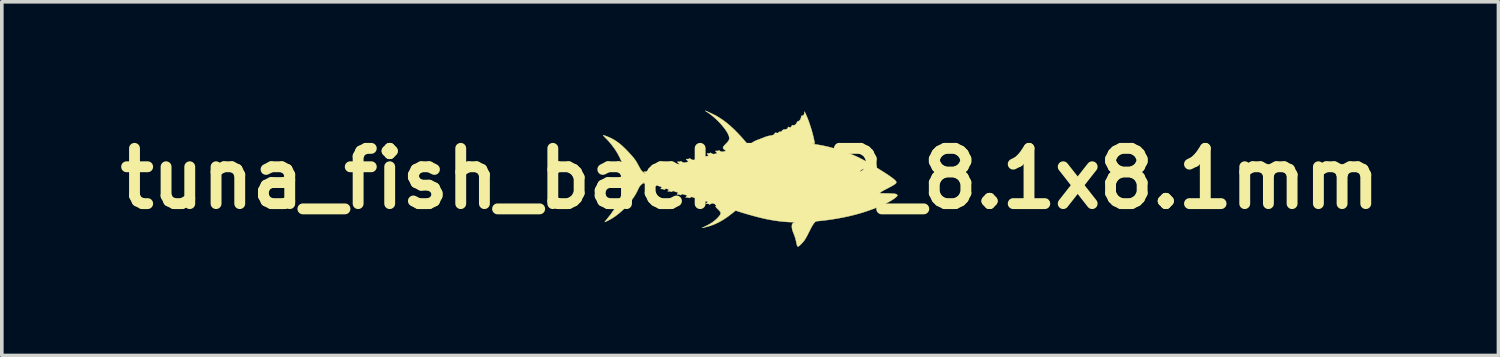
<source format=kicad_pcb>
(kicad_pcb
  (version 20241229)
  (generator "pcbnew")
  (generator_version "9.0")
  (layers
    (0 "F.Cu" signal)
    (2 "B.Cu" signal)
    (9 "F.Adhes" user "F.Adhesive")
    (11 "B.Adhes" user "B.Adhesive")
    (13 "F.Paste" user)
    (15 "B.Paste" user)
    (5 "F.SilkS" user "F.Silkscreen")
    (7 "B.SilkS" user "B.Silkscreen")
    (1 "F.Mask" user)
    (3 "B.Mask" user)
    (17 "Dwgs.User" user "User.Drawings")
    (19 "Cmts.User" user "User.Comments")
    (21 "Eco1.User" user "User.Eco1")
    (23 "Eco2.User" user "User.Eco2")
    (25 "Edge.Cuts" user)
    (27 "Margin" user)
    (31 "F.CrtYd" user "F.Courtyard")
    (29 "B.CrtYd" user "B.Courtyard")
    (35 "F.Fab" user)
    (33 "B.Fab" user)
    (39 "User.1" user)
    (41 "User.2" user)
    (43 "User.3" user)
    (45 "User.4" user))
  (footprint "tuna_fish_back3_R_8.1x8.1mm"
    (layer "F.Cu")
    (at 17.642 1.877)
    (property "Reference" "tuna_fish_back3_R_8.1x8.1mm" (at 0 0 0) (layer "F.SilkS") (effects (font (size 1.524 1.524) (thickness 0.3))))
    (attr through_hole)
    (fp_poly (pts (xy 3.197 -0.159) (xy 3.212 -0.144) (xy 3.219 -0.123) (xy 3.219 -0.121) (xy 3.214 -0.099) (xy 3.199 -0.083) (xy 3.178 -0.076) (xy 3.175 -0.076) (xy 3.156 -0.081) (xy 3.143 -0.089) (xy 3.132 -0.107) (xy 3.131 -0.128) (xy 3.139 -0.146) (xy 3.155 -0.16) (xy 3.175 -0.165) (xy 3.197 -0.159)) (stroke (width 0.01) (type solid)) (fill yes) (layer "F.SilkS"))
    (fp_poly (pts (xy -1.224 -1.868) (xy -1.205 -1.86) (xy -1.178 -1.848) (xy -1.147 -1.834) (xy -1.113 -1.819) (xy -1.077 -1.802) (xy -1.041 -1.785) (xy -1.007 -1.768) (xy -0.976 -1.753) (xy -0.95 -1.74) (xy -0.937 -1.733) (xy -0.84 -1.674) (xy -0.743 -1.61) (xy -0.648 -1.538) (xy -0.552 -1.458) (xy -0.456 -1.37) (xy -0.358 -1.272) (xy -0.257 -1.165) (xy -0.153 -1.046) (xy -0.087 -0.967) (xy -0.066 -0.943) (xy -0.05 -0.927) (xy -0.039 -0.919) (xy -0.036 -0.919) (xy -0.028 -0.924) (xy -0.013 -0.936) (xy 0.007 -0.953) (xy 0.023 -0.967) (xy 0.071 -1.002) (xy 0.126 -1.034) (xy 0.192 -1.063) (xy 0.262 -1.089) (xy 0.296 -1.101) (xy 0.332 -1.115) (xy 0.365 -1.128) (xy 0.378 -1.134) (xy 0.447 -1.16) (xy 0.52 -1.179) (xy 0.568 -1.187) (xy 0.609 -1.195) (xy 0.639 -1.205) (xy 0.661 -1.22) (xy 0.676 -1.24) (xy 0.676 -1.241) (xy 0.689 -1.264) (xy 0.732 -1.26) (xy 0.755 -1.258) (xy 0.768 -1.258) (xy 0.776 -1.262) (xy 0.782 -1.269) (xy 0.785 -1.274) (xy 0.793 -1.285) (xy 0.802 -1.291) (xy 0.818 -1.292) (xy 0.828 -1.292) (xy 0.847 -1.293) (xy 0.86 -1.297) (xy 0.869 -1.307) (xy 0.875 -1.314) (xy 0.896 -1.338) (xy 0.923 -1.353) (xy 0.95 -1.357) (xy 0.958 -1.357) (xy 0.988 -1.358) (xy 1.014 -1.37) (xy 1.035 -1.395) (xy 1.038 -1.399) (xy 1.055 -1.428) (xy 1.08 -1.418) (xy 1.096 -1.412) (xy 1.107 -1.412) (xy 1.119 -1.417) (xy 1.121 -1.419) (xy 1.135 -1.432) (xy 1.146 -1.451) (xy 1.148 -1.454) (xy 1.154 -1.469) (xy 1.161 -1.475) (xy 1.173 -1.474) (xy 1.179 -1.473) (xy 1.211 -1.472) (xy 1.239 -1.482) (xy 1.264 -1.505) (xy 1.286 -1.541) (xy 1.288 -1.545) (xy 1.299 -1.566) (xy 1.308 -1.577) (xy 1.317 -1.581) (xy 1.318 -1.581) (xy 1.341 -1.587) (xy 1.363 -1.604) (xy 1.382 -1.628) (xy 1.397 -1.659) (xy 1.407 -1.694) (xy 1.408 -1.701) (xy 1.41 -1.72) (xy 1.414 -1.73) (xy 1.421 -1.733) (xy 1.433 -1.734) (xy 1.458 -1.739) (xy 1.478 -1.756) (xy 1.491 -1.783) (xy 1.496 -1.81) (xy 1.5 -1.85) (xy 1.519 -1.814) (xy 1.548 -1.751) (xy 1.579 -1.678) (xy 1.61 -1.597) (xy 1.641 -1.509) (xy 1.671 -1.418) (xy 1.699 -1.326) (xy 1.724 -1.234) (xy 1.736 -1.187) (xy 1.742 -1.164) (xy 1.748 -1.135) (xy 1.756 -1.102) (xy 1.763 -1.069) (xy 1.77 -1.036) (xy 1.776 -1.007) (xy 1.781 -0.985) (xy 1.784 -0.97) (xy 1.784 -0.967) (xy 1.779 -0.966) (xy 1.763 -0.965) (xy 1.742 -0.964) (xy 1.741 -0.964) (xy 1.699 -0.964) (xy 1.74 -0.956) (xy 1.767 -0.951) (xy 1.8 -0.946) (xy 1.832 -0.94) (xy 1.835 -0.94) (xy 2.003 -0.911) (xy 2.175 -0.872) (xy 2.349 -0.826) (xy 2.521 -0.773) (xy 2.687 -0.714) (xy 2.82 -0.66) (xy 2.878 -0.635) (xy 2.934 -0.61) (xy 2.989 -0.584) (xy 3.043 -0.557) (xy 3.098 -0.529) (xy 3.156 -0.497) (xy 3.217 -0.463) (xy 3.283 -0.425) (xy 3.355 -0.383) (xy 3.434 -0.335) (xy 3.521 -0.282) (xy 3.617 -0.222) (xy 3.619 -0.221) (xy 3.71 -0.164) (xy 3.789 -0.112) (xy 3.856 -0.066) (xy 3.913 -0.025) (xy 3.958 0.01) (xy 3.993 0.04) (xy 4.017 0.066) (xy 4.03 0.086) (xy 4.031 0.089) (xy 4.034 0.101) (xy 4.032 0.112) (xy 4.024 0.125) (xy 4.012 0.139) (xy 3.992 0.154) (xy 3.965 0.172) (xy 3.93 0.193) (xy 3.886 0.218) (xy 3.832 0.247) (xy 3.767 0.28) (xy 3.756 0.286) (xy 3.701 0.315) (xy 3.657 0.339) (xy 3.623 0.359) (xy 3.602 0.374) (xy 3.595 0.381) (xy 3.573 0.403) (xy 3.772 0.408) (xy 3.837 0.409) (xy 3.891 0.411) (xy 3.935 0.413) (xy 3.969 0.416) (xy 3.996 0.42) (xy 4.017 0.424) (xy 4.033 0.43) (xy 4.045 0.436) (xy 4.052 0.442) (xy 4.061 0.454) (xy 4.062 0.466) (xy 4.054 0.481) (xy 4.035 0.501) (xy 4.034 0.502) (xy 3.991 0.539) (xy 3.937 0.577) (xy 3.872 0.617) (xy 3.798 0.658) (xy 3.715 0.699) (xy 3.625 0.741) (xy 3.529 0.782) (xy 3.427 0.823) (xy 3.321 0.862) (xy 3.212 0.9) (xy 3.1 0.936) (xy 2.987 0.969) (xy 2.874 1) (xy 2.873 1) (xy 2.721 1.037) (xy 2.56 1.071) (xy 2.393 1.102) (xy 2.226 1.129) (xy 2.06 1.151) (xy 1.899 1.169) (xy 1.895 1.169) (xy 1.86 1.172) (xy 1.833 1.176) (xy 1.813 1.182) (xy 1.797 1.191) (xy 1.782 1.206) (xy 1.764 1.228) (xy 1.745 1.254) (xy 1.726 1.282) (xy 1.703 1.32) (xy 1.677 1.369) (xy 1.646 1.429) (xy 1.628 1.465) (xy 1.595 1.531) (xy 1.566 1.587) (xy 1.539 1.635) (xy 1.514 1.676) (xy 1.489 1.713) (xy 1.462 1.746) (xy 1.434 1.778) (xy 1.405 1.808) (xy 1.374 1.837) (xy 1.351 1.858) (xy 1.333 1.87) (xy 1.32 1.873) (xy 1.31 1.87) (xy 1.302 1.86) (xy 1.299 1.856) (xy 1.294 1.842) (xy 1.288 1.82) (xy 1.281 1.792) (xy 1.277 1.772) (xy 1.259 1.691) (xy 1.24 1.622) (xy 1.22 1.564) (xy 1.209 1.536) (xy 1.186 1.479) (xy 1.169 1.43) (xy 1.158 1.388) (xy 1.152 1.351) (xy 1.151 1.339) (xy 1.151 1.297) (xy 1.157 1.264) (xy 1.171 1.239) (xy 1.193 1.221) (xy 1.216 1.21) (xy 1.226 1.207) (xy 1.23 1.204) (xy 1.227 1.202) (xy 1.215 1.201) (xy 1.194 1.201) (xy 1.162 1.201) (xy 1.156 1.201) (xy 1.053 1.197) (xy 0.942 1.189) (xy 0.823 1.177) (xy 0.699 1.16) (xy 0.572 1.139) (xy 0.444 1.115) (xy 0.397 1.104) (xy 0.325 1.088) (xy 0.244 1.068) (xy 0.157 1.046) (xy 0.067 1.021) (xy -0.025 0.996) (xy -0.116 0.97) (xy -0.203 0.944) (xy -0.283 0.919) (xy -0.355 0.896) (xy -0.379 0.887) (xy -0.386 0.885) (xy -0.391 0.883) (xy -0.397 0.883) (xy -0.405 0.887) (xy -0.415 0.893) (xy -0.43 0.904) (xy -0.451 0.921) (xy -0.479 0.944) (xy -0.509 0.967) (xy -0.627 1.057) (xy -0.746 1.136) (xy -0.863 1.203) (xy -0.978 1.257) (xy -1.067 1.291) (xy -1.101 1.302) (xy -1.14 1.314) (xy -1.183 1.326) (xy -1.225 1.337) (xy -1.263 1.346) (xy -1.295 1.353) (xy -1.308 1.355) (xy -1.33 1.358) (xy -1.311 1.351) (xy -1.285 1.34) (xy -1.252 1.323) (xy -1.213 1.304) (xy -1.173 1.284) (xy -1.135 1.263) (xy -1.101 1.244) (xy -1.078 1.23) (xy -1.029 1.197) (xy -0.982 1.161) (xy -0.938 1.124) (xy -0.899 1.086) (xy -0.866 1.05) (xy -0.84 1.017) (xy -0.822 0.986) (xy -0.813 0.961) (xy -0.813 0.954) (xy -0.815 0.938) (xy -0.821 0.921) (xy -0.834 0.903) (xy -0.854 0.88) (xy -0.882 0.851) (xy -0.889 0.844) (xy -0.912 0.821) (xy -0.932 0.8) (xy -0.945 0.784) (xy -0.952 0.774) (xy -0.953 0.773) (xy -0.947 0.759) (xy -0.933 0.745) (xy -0.914 0.734) (xy -0.905 0.731) (xy -0.897 0.729) (xy -0.896 0.726) (xy -0.902 0.722) (xy -0.918 0.717) (xy -0.943 0.709) (xy -0.971 0.7) (xy -0.996 0.692) (xy -1.015 0.686) (xy -1.02 0.684) (xy -1.043 0.68) (xy -1.066 0.686) (xy -1.093 0.7) (xy -1.095 0.702) (xy -1.11 0.711) (xy -1.119 0.714) (xy -1.126 0.71) (xy -1.128 0.708) (xy -1.148 0.696) (xy -1.176 0.693) (xy -1.191 0.695) (xy -1.205 0.696) (xy -1.213 0.695) (xy -1.213 0.694) (xy -1.209 0.686) (xy -1.199 0.674) (xy -1.19 0.664) (xy -1.178 0.651) (xy -1.17 0.641) (xy -1.169 0.639) (xy -1.176 0.636) (xy -1.192 0.631) (xy -1.216 0.624) (xy -1.245 0.616) (xy -1.249 0.615) (xy -1.326 0.592) (xy -1.35 0.607) (xy -1.371 0.619) (xy -1.384 0.626) (xy -1.392 0.627) (xy -1.399 0.623) (xy -1.402 0.62) (xy -1.416 0.614) (xy -1.438 0.609) (xy -1.45 0.608) (xy -1.487 0.606) (xy -1.465 0.581) (xy -1.442 0.555) (xy -1.475 0.546) (xy -1.496 0.54) (xy -1.525 0.532) (xy -1.554 0.522) (xy -1.562 0.52) (xy -1.616 0.502) (xy -1.648 0.52) (xy -1.666 0.53) (xy -1.678 0.534) (xy -1.686 0.533) (xy -1.695 0.528) (xy -1.716 0.521) (xy -1.744 0.519) (xy -1.763 0.52) (xy -1.775 0.519) (xy -1.778 0.518) (xy -1.774 0.511) (xy -1.764 0.499) (xy -1.756 0.49) (xy -1.734 0.465) (xy -1.799 0.445) (xy -1.826 0.437) (xy -1.849 0.431) (xy -1.865 0.427) (xy -1.87 0.425) (xy -1.879 0.429) (xy -1.894 0.437) (xy -1.9 0.442) (xy -1.916 0.451) (xy -1.925 0.454) (xy -1.932 0.45) (xy -1.934 0.448) (xy -1.948 0.441) (xy -1.973 0.438) (xy -1.982 0.438) (xy -2.002 0.437) (xy -2.015 0.435) (xy -2.019 0.433) (xy -2.015 0.426) (xy -2.005 0.414) (xy -2 0.41) (xy -1.989 0.398) (xy -1.984 0.39) (xy -1.984 0.389) (xy -1.991 0.386) (xy -2.007 0.38) (xy -2.031 0.371) (xy -2.057 0.362) (xy -2.128 0.338) (xy -2.15 0.353) (xy -2.165 0.363) (xy -2.174 0.365) (xy -2.182 0.361) (xy -2.184 0.359) (xy -2.199 0.352) (xy -2.224 0.349) (xy -2.235 0.349) (xy -2.275 0.349) (xy -2.258 0.327) (xy -2.248 0.313) (xy -2.243 0.304) (xy -2.242 0.302) (xy -2.249 0.299) (xy -2.264 0.293) (xy -2.281 0.287) (xy -2.317 0.274) (xy -2.345 0.291) (xy -2.361 0.301) (xy -2.371 0.305) (xy -2.377 0.302) (xy -2.383 0.297) (xy -2.394 0.29) (xy -2.411 0.287) (xy -2.433 0.286) (xy -2.473 0.286) (xy -2.451 0.264) (xy -2.44 0.25) (xy -2.434 0.24) (xy -2.434 0.237) (xy -2.441 0.234) (xy -2.458 0.227) (xy -2.481 0.218) (xy -2.506 0.209) (xy -2.574 0.185) (xy -2.599 0.201) (xy -2.614 0.21) (xy -2.624 0.213) (xy -2.632 0.21) (xy -2.635 0.207) (xy -2.651 0.2) (xy -2.679 0.197) (xy -2.682 0.197) (xy -2.701 0.196) (xy -2.714 0.194) (xy -2.718 0.192) (xy -2.714 0.184) (xy -2.703 0.173) (xy -2.699 0.168) (xy -2.689 0.158) (xy -2.685 0.151) (xy -2.689 0.146) (xy -2.701 0.139) (xy -2.723 0.131) (xy -2.735 0.127) (xy -2.757 0.12) (xy -2.771 0.117) (xy -2.781 0.118) (xy -2.793 0.123) (xy -2.795 0.124) (xy -2.813 0.134) (xy -2.827 0.144) (xy -2.827 0.145) (xy -2.836 0.151) (xy -2.845 0.148) (xy -2.852 0.142) (xy -2.864 0.135) (xy -2.88 0.132) (xy -2.903 0.131) (xy -2.94 0.132) (xy -2.923 0.109) (xy -2.915 0.099) (xy -2.912 0.093) (xy -2.915 0.093) (xy -2.924 0.1) (xy -2.941 0.113) (xy -2.966 0.133) (xy -2.972 0.138) (xy -2.996 0.159) (xy -3.016 0.177) (xy -3.033 0.195) (xy -3.047 0.215) (xy -3.062 0.238) (xy -3.078 0.268) (xy -3.096 0.306) (xy -3.11 0.337) (xy -3.157 0.427) (xy -3.215 0.52) (xy -3.283 0.613) (xy -3.358 0.705) (xy -3.439 0.794) (xy -3.526 0.879) (xy -3.615 0.957) (xy -3.707 1.028) (xy -3.796 1.088) (xy -3.824 1.105) (xy -3.857 1.123) (xy -3.892 1.142) (xy -3.926 1.16) (xy -3.958 1.176) (xy -3.985 1.188) (xy -4.003 1.196) (xy -4.006 1.197) (xy -4.009 1.195) (xy -4.005 1.187) (xy -3.993 1.17) (xy -3.973 1.146) (xy -3.955 1.123) (xy -3.849 0.99) (xy -3.757 0.858) (xy -3.677 0.728) (xy -3.61 0.599) (xy -3.555 0.47) (xy -3.513 0.343) (xy -3.483 0.217) (xy -3.466 0.092) (xy -3.461 -0.033) (xy -3.467 -0.114) (xy 3.004 -0.114) (xy 3.009 -0.076) (xy 3.025 -0.04) (xy 3.049 -0.007) (xy 3.078 0.019) (xy 3.11 0.034) (xy 3.144 0.042) (xy 3.174 0.043) (xy 3.207 0.036) (xy 3.212 0.035) (xy 3.247 0.018) (xy 3.277 -0.008) (xy 3.301 -0.042) (xy 3.316 -0.079) (xy 3.321 -0.114) (xy 3.315 -0.154) (xy 3.298 -0.192) (xy 3.273 -0.224) (xy 3.241 -0.25) (xy 3.203 -0.267) (xy 3.163 -0.273) (xy 3.162 -0.273) (xy 3.122 -0.267) (xy 3.085 -0.25) (xy 3.053 -0.225) (xy 3.027 -0.193) (xy 3.01 -0.155) (xy 3.004 -0.115) (xy 3.004 -0.114) (xy -3.467 -0.114) (xy -3.469 -0.156) (xy -3.49 -0.278) (xy -3.514 -0.373) (xy -3.552 -0.481) (xy -3.601 -0.591) (xy -3.66 -0.701) (xy -3.728 -0.809) (xy -3.805 -0.914) (xy -3.812 -0.923) (xy -3.838 -0.956) (xy -3.862 -0.985) (xy -3.883 -1.01) (xy -3.905 -1.035) (xy -3.93 -1.061) (xy -3.96 -1.093) (xy -3.987 -1.119) (xy -4.011 -1.144) (xy -4.031 -1.166) (xy -4.046 -1.183) (xy -4.055 -1.194) (xy -4.057 -1.197) (xy -4.049 -1.197) (xy -4.032 -1.192) (xy -4.007 -1.185) (xy -3.977 -1.174) (xy -3.944 -1.161) (xy -3.91 -1.148) (xy -3.877 -1.134) (xy -3.847 -1.12) (xy -3.834 -1.114) (xy -3.763 -1.076) (xy -3.695 -1.033) (xy -3.626 -0.984) (xy -3.557 -0.928) (xy -3.486 -0.864) (xy -3.412 -0.79) (xy -3.336 -0.71) (xy -3.289 -0.659) (xy -3.25 -0.615) (xy -3.217 -0.575) (xy -3.188 -0.539) (xy -3.163 -0.503) (xy -3.139 -0.466) (xy -3.115 -0.425) (xy -3.09 -0.379) (xy -3.078 -0.357) (xy -3.06 -0.324) (xy -3.042 -0.292) (xy -3.027 -0.265) (xy -3.015 -0.245) (xy -3.011 -0.239) (xy -2.991 -0.215) (xy -2.965 -0.188) (xy -2.936 -0.163) (xy -2.91 -0.142) (xy -2.901 -0.137) (xy -2.89 -0.131) (xy -2.886 -0.13) (xy -2.889 -0.135) (xy -2.901 -0.148) (xy -2.907 -0.154) (xy -2.921 -0.17) (xy -2.931 -0.183) (xy -2.934 -0.189) (xy -2.928 -0.191) (xy -2.913 -0.192) (xy -2.898 -0.191) (xy -2.874 -0.191) (xy -2.858 -0.195) (xy -2.851 -0.2) (xy -2.844 -0.205) (xy -2.836 -0.205) (xy -2.825 -0.2) (xy -2.812 -0.192) (xy -2.792 -0.18) (xy -2.771 -0.171) (xy -2.764 -0.168) (xy -2.747 -0.168) (xy -2.723 -0.17) (xy -2.699 -0.174) (xy -2.678 -0.179) (xy -2.672 -0.182) (xy -2.673 -0.188) (xy -2.681 -0.2) (xy -2.692 -0.215) (xy -2.718 -0.244) (xy -2.678 -0.246) (xy -2.651 -0.249) (xy -2.632 -0.255) (xy -2.628 -0.258) (xy -2.62 -0.264) (xy -2.612 -0.263) (xy -2.6 -0.254) (xy -2.597 -0.252) (xy -2.576 -0.237) (xy -2.555 -0.228) (xy -2.532 -0.226) (xy -2.503 -0.23) (xy -2.47 -0.238) (xy -2.444 -0.246) (xy -2.423 -0.252) (xy -2.409 -0.257) (xy -2.405 -0.258) (xy -2.407 -0.264) (xy -2.416 -0.275) (xy -2.425 -0.286) (xy -2.441 -0.302) (xy -2.452 -0.316) (xy -2.457 -0.322) (xy -2.459 -0.329) (xy -2.456 -0.332) (xy -2.446 -0.333) (xy -2.425 -0.331) (xy -2.401 -0.331) (xy -2.386 -0.333) (xy -2.375 -0.339) (xy -2.375 -0.34) (xy -2.367 -0.346) (xy -2.359 -0.346) (xy -2.348 -0.339) (xy -2.341 -0.334) (xy -2.314 -0.317) (xy -2.284 -0.307) (xy -2.256 -0.303) (xy -2.24 -0.306) (xy -2.223 -0.311) (xy -2.21 -0.315) (xy -2.21 -0.315) (xy -2.206 -0.319) (xy -2.212 -0.326) (xy -2.214 -0.327) (xy -2.226 -0.338) (xy -2.241 -0.354) (xy -2.248 -0.362) (xy -2.268 -0.387) (xy -2.226 -0.386) (xy -2.202 -0.385) (xy -2.187 -0.387) (xy -2.178 -0.392) (xy -2.175 -0.396) (xy -2.167 -0.404) (xy -2.16 -0.402) (xy -2.156 -0.398) (xy -2.137 -0.384) (xy -2.112 -0.371) (xy -2.087 -0.361) (xy -2.073 -0.36) (xy -2.052 -0.363) (xy -2.023 -0.37) (xy -1.984 -0.382) (xy -1.956 -0.391) (xy -1.954 -0.396) (xy -1.96 -0.406) (xy -1.973 -0.421) (xy -1.992 -0.442) (xy -2.004 -0.456) (xy -2.006 -0.463) (xy -2.001 -0.466) (xy -1.987 -0.466) (xy -1.974 -0.465) (xy -1.951 -0.464) (xy -1.935 -0.466) (xy -1.925 -0.472) (xy -1.924 -0.473) (xy -1.914 -0.481) (xy -1.906 -0.479) (xy -1.9 -0.474) (xy -1.884 -0.463) (xy -1.862 -0.452) (xy -1.839 -0.443) (xy -1.821 -0.439) (xy -1.817 -0.438) (xy -1.807 -0.44) (xy -1.788 -0.444) (xy -1.764 -0.449) (xy -1.741 -0.455) (xy -1.72 -0.461) (xy -1.706 -0.465) (xy -1.704 -0.467) (xy -1.707 -0.471) (xy -1.717 -0.483) (xy -1.732 -0.499) (xy -1.735 -0.502) (xy -1.767 -0.537) (xy -1.727 -0.539) (xy -1.698 -0.542) (xy -1.679 -0.548) (xy -1.675 -0.551) (xy -1.666 -0.557) (xy -1.658 -0.555) (xy -1.649 -0.547) (xy -1.629 -0.533) (xy -1.603 -0.521) (xy -1.578 -0.514) (xy -1.569 -0.513) (xy -1.556 -0.515) (xy -1.535 -0.519) (xy -1.508 -0.527) (xy -1.484 -0.534) (xy -1.416 -0.555) (xy -1.434 -0.574) (xy -1.448 -0.591) (xy -1.462 -0.606) (xy -1.463 -0.608) (xy -1.475 -0.622) (xy -1.438 -0.618) (xy -1.415 -0.617) (xy -1.4 -0.618) (xy -1.389 -0.624) (xy -1.385 -0.627) (xy -1.369 -0.64) (xy -1.346 -0.622) (xy -1.326 -0.608) (xy -1.308 -0.6) (xy -1.289 -0.597) (xy -1.265 -0.6) (xy -1.234 -0.608) (xy -1.226 -0.611) (xy -1.199 -0.618) (xy -1.175 -0.624) (xy -1.159 -0.628) (xy -1.154 -0.629) (xy -1.146 -0.629) (xy -1.144 -0.633) (xy -1.15 -0.641) (xy -1.162 -0.654) (xy -1.18 -0.674) (xy -1.188 -0.687) (xy -1.187 -0.694) (xy -1.176 -0.696) (xy -1.156 -0.696) (xy -1.131 -0.697) (xy -1.115 -0.701) (xy -1.108 -0.706) (xy -1.101 -0.711) (xy -1.093 -0.711) (xy -1.082 -0.705) (xy -1.069 -0.696) (xy -1.043 -0.682) (xy -1.014 -0.677) (xy -0.98 -0.679) (xy -0.945 -0.688) (xy -0.908 -0.699) (xy -0.933 -0.73) (xy -0.947 -0.746) (xy -0.956 -0.758) (xy -0.959 -0.762) (xy -0.953 -0.764) (xy -0.938 -0.764) (xy -0.924 -0.763) (xy -0.896 -0.763) (xy -0.877 -0.769) (xy -0.873 -0.771) (xy -0.862 -0.777) (xy -0.853 -0.777) (xy -0.841 -0.769) (xy -0.838 -0.766) (xy -0.817 -0.751) (xy -0.796 -0.742) (xy -0.773 -0.74) (xy -0.743 -0.744) (xy -0.716 -0.75) (xy -0.689 -0.757) (xy -0.673 -0.762) (xy -0.666 -0.766) (xy -0.667 -0.769) (xy -0.669 -0.771) (xy -0.704 -0.793) (xy -0.728 -0.813) (xy -0.742 -0.831) (xy -0.748 -0.849) (xy -0.746 -0.868) (xy -0.746 -0.868) (xy -0.74 -0.879) (xy -0.726 -0.897) (xy -0.707 -0.92) (xy -0.682 -0.947) (xy -0.673 -0.956) (xy -0.639 -0.991) (xy -0.614 -1.02) (xy -0.596 -1.045) (xy -0.584 -1.068) (xy -0.578 -1.089) (xy -0.575 -1.112) (xy -0.575 -1.121) (xy -0.581 -1.159) (xy -0.596 -1.203) (xy -0.62 -1.252) (xy -0.652 -1.306) (xy -0.69 -1.363) (xy -0.736 -1.422) (xy -0.786 -1.482) (xy -0.841 -1.543) (xy -0.9 -1.603) (xy -0.962 -1.661) (xy -1.026 -1.717) (xy -1.091 -1.769) (xy -1.156 -1.816) (xy -1.178 -1.83) (xy -1.201 -1.846) (xy -1.221 -1.859) (xy -1.234 -1.868) (xy -1.238 -1.871) (xy -1.236 -1.872) (xy -1.224 -1.868)) (stroke (width 0.01) (type solid)) (fill yes) (layer "F.SilkS")))
  (gr_rect
    (start -3 -3)
    (end 38.284 6.755)
    (stroke (width 0.1) (type default))
    (fill no)
    (layer "Edge.Cuts")))
</source>
